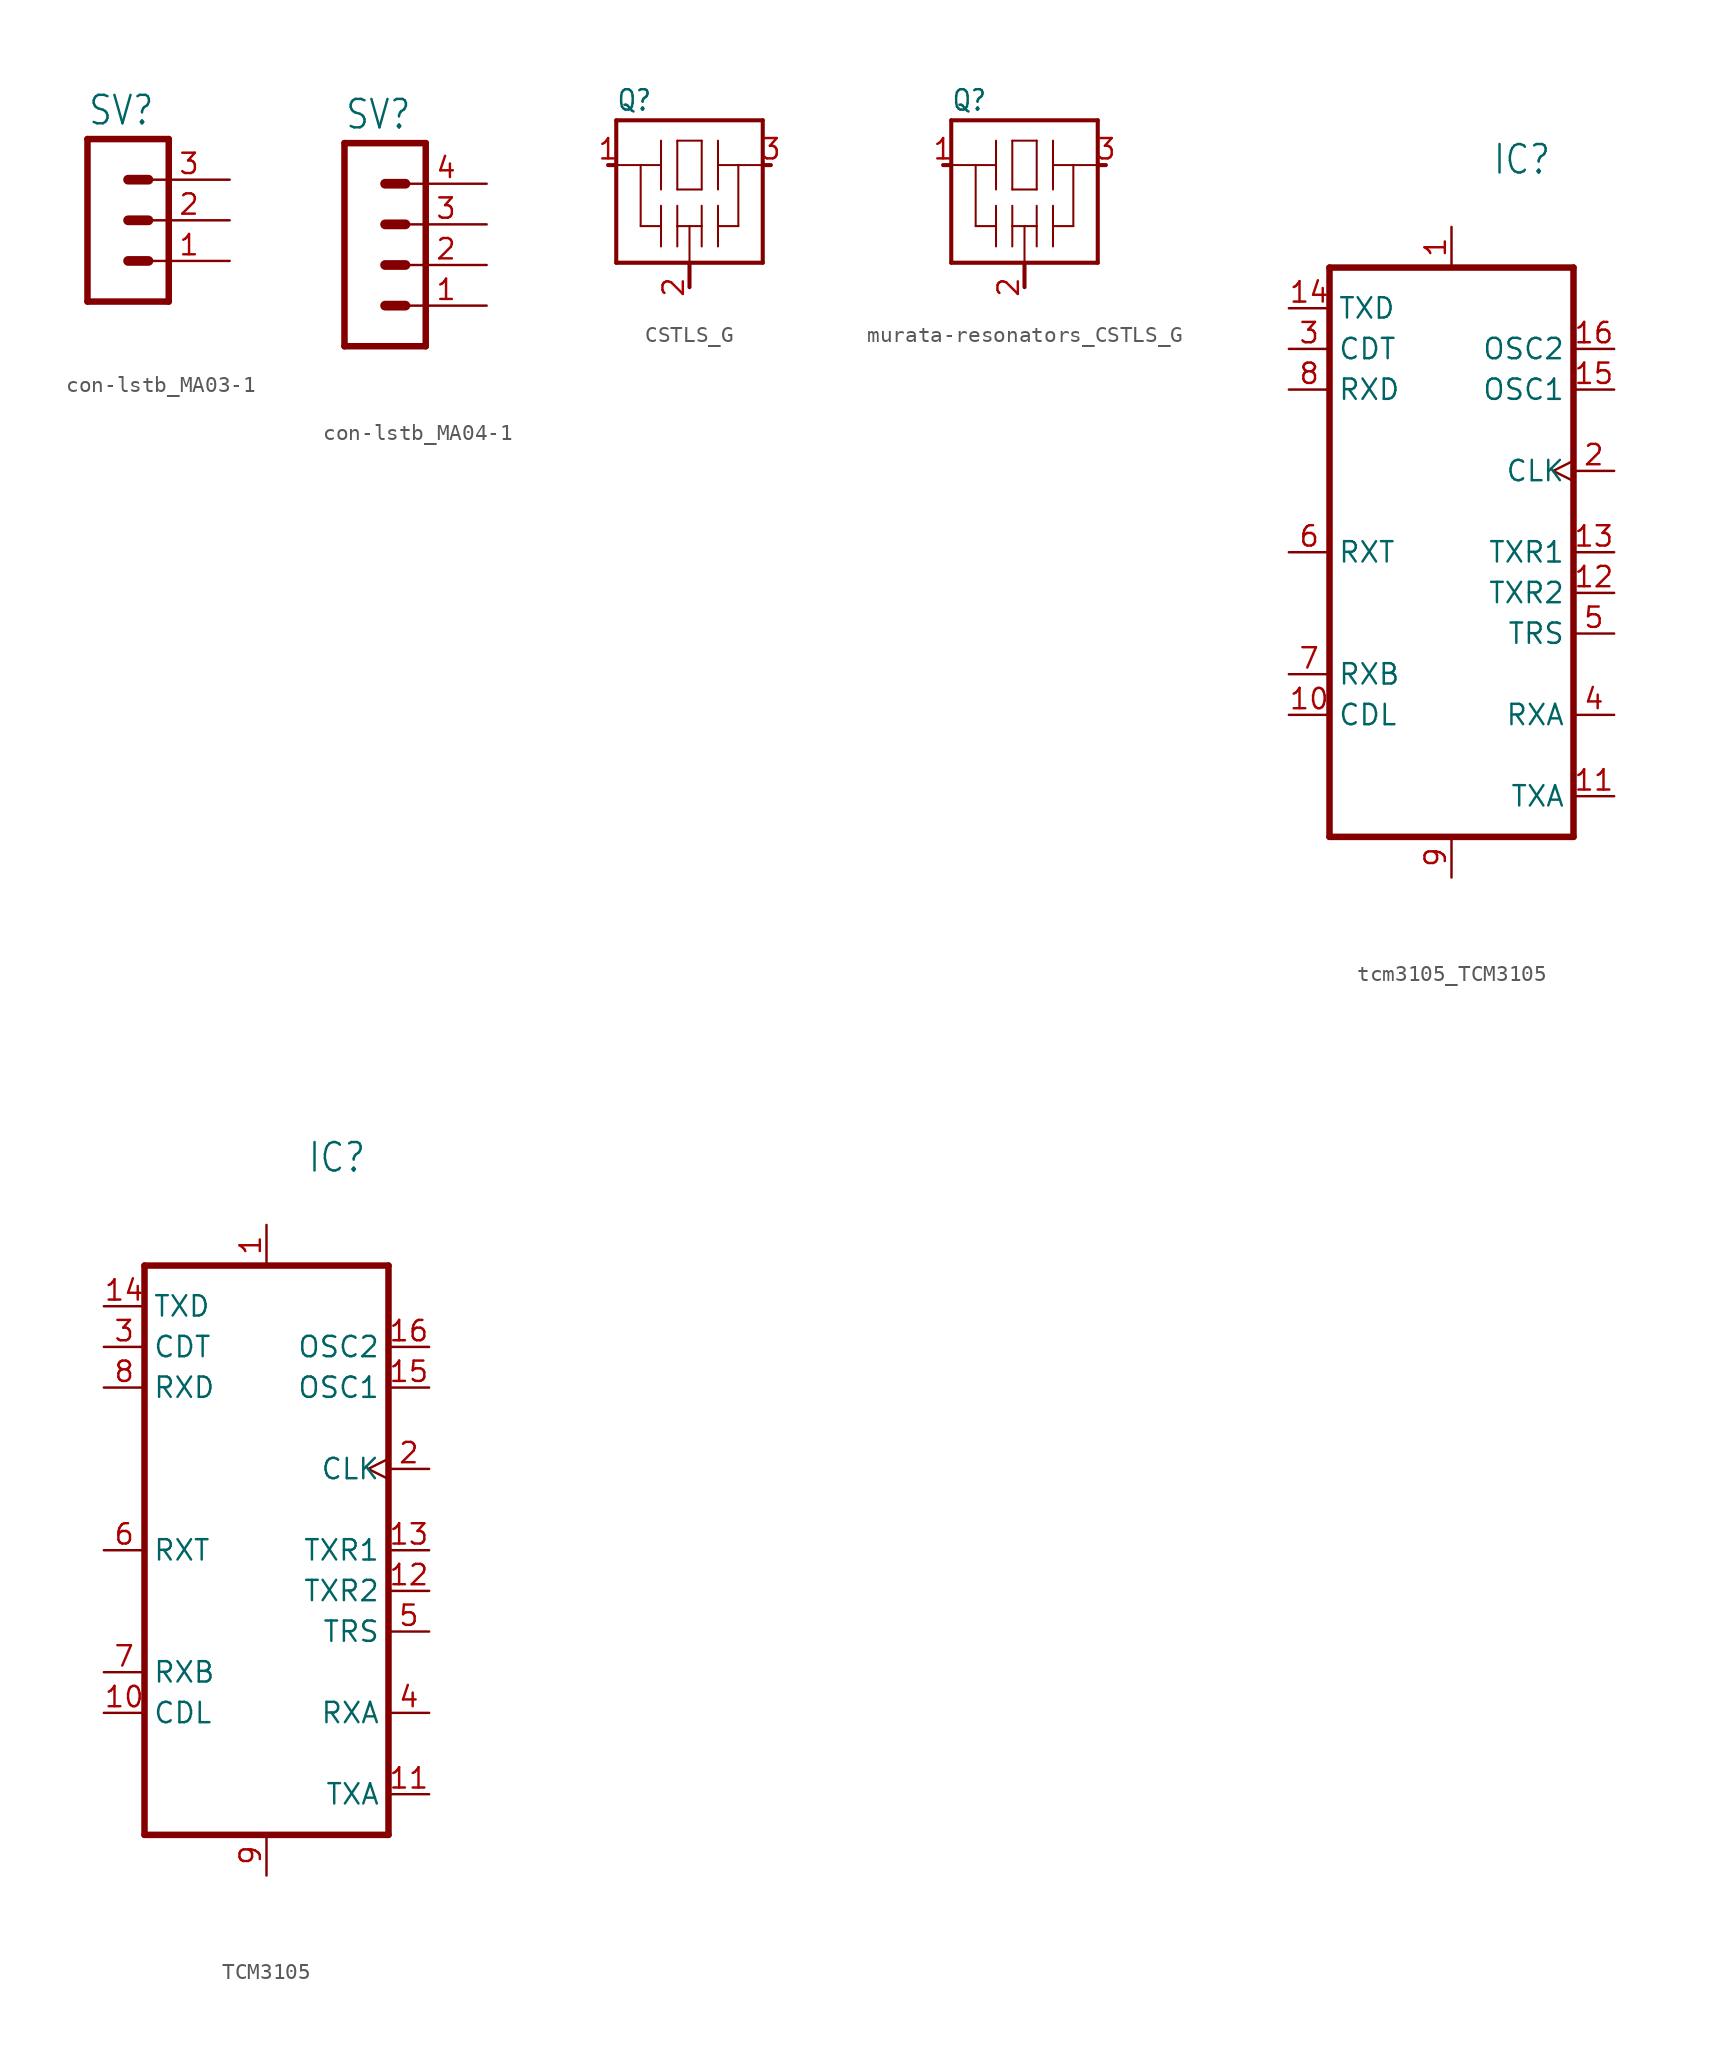
<source format=kicad_sym>
(kicad_symbol_lib
  (version 20220914)
  (generator kicad_symbol_editor)
  (symbol "con-lstb_MA03-1"
    (property "Reference" "SV"
      (at -1.27 5.842 0)
      (effects (font (size 1.778 1.511)) (justify left bottom)))
    (property "Value" ""
      (at -1.27 -7.62 0)
      (effects (font (size 1.778 1.511)) (justify left bottom)))
    (property "ki_locked" ""
      (at 0 0 0)
      (effects (font (size 1.27 1.27))))
    (symbol "con-lstb_MA03-1_1_0"
      (polyline (pts (xy -1.27 5.08) (xy -1.27 -5.08)) (stroke (width 0.406) (type solid)) (fill (type none)))
      (polyline (pts (xy -1.27 5.08) (xy 3.81 5.08)) (stroke (width 0.406) (type solid)) (fill (type none)))
      (polyline (pts (xy 1.27 -2.54) (xy 2.54 -2.54)) (stroke (width 0.61) (type solid)) (fill (type none)))
      (polyline (pts (xy 1.27 0) (xy 2.54 0)) (stroke (width 0.61) (type solid)) (fill (type none)))
      (polyline (pts (xy 1.27 2.54) (xy 2.54 2.54)) (stroke (width 0.61) (type solid)) (fill (type none)))
      (polyline (pts (xy 3.81 -5.08) (xy -1.27 -5.08)) (stroke (width 0.406) (type solid)) (fill (type none)))
      (polyline (pts (xy 3.81 -5.08) (xy 3.81 5.08)) (stroke (width 0.406) (type solid)) (fill (type none)))
      (pin passive line (at 7.62 -2.54 180) (length 5.08) (name "1" (effects (font (size 0 0)))) (number "1" (effects (font (size 1.27 1.27)))))
      (pin passive line (at 7.62 0 180) (length 5.08) (name "2" (effects (font (size 0 0)))) (number "2" (effects (font (size 1.27 1.27)))))
      (pin passive line (at 7.62 2.54 180) (length 5.08) (name "3" (effects (font (size 0 0)))) (number "3" (effects (font (size 1.27 1.27)))))))
  (symbol "con-lstb_MA04-1"
    (property "Reference" "SV"
      (at -1.27 5.842 0)
      (effects (font (size 1.778 1.511)) (justify left bottom)))
    (property "Value" ""
      (at -1.27 -10.16 0)
      (effects (font (size 1.778 1.511)) (justify left bottom)))
    (property "ki_locked" ""
      (at 0 0 0)
      (effects (font (size 1.27 1.27))))
    (symbol "con-lstb_MA04-1_1_0"
      (polyline (pts (xy -1.27 5.08) (xy -1.27 -7.62)) (stroke (width 0.406) (type solid)) (fill (type none)))
      (polyline (pts (xy -1.27 5.08) (xy 3.81 5.08)) (stroke (width 0.406) (type solid)) (fill (type none)))
      (polyline (pts (xy 1.27 -5.08) (xy 2.54 -5.08)) (stroke (width 0.61) (type solid)) (fill (type none)))
      (polyline (pts (xy 1.27 -2.54) (xy 2.54 -2.54)) (stroke (width 0.61) (type solid)) (fill (type none)))
      (polyline (pts (xy 1.27 0) (xy 2.54 0)) (stroke (width 0.61) (type solid)) (fill (type none)))
      (polyline (pts (xy 1.27 2.54) (xy 2.54 2.54)) (stroke (width 0.61) (type solid)) (fill (type none)))
      (polyline (pts (xy 3.81 -7.62) (xy -1.27 -7.62)) (stroke (width 0.406) (type solid)) (fill (type none)))
      (polyline (pts (xy 3.81 -7.62) (xy 3.81 5.08)) (stroke (width 0.406) (type solid)) (fill (type none)))
      (pin passive line (at 7.62 -5.08 180) (length 5.08) (name "1" (effects (font (size 0 0)))) (number "1" (effects (font (size 1.27 1.27)))))
      (pin passive line (at 7.62 -2.54 180) (length 5.08) (name "2" (effects (font (size 0 0)))) (number "2" (effects (font (size 1.27 1.27)))))
      (pin passive line (at 7.62 0 180) (length 5.08) (name "3" (effects (font (size 0 0)))) (number "3" (effects (font (size 1.27 1.27)))))
      (pin passive line (at 7.62 2.54 180) (length 5.08) (name "4" (effects (font (size 0 0)))) (number "4" (effects (font (size 1.27 1.27)))))))
  (symbol "CSTLS_G"
    (property "Reference" "Q"
      (at -4.572 3.302 0)
      (effects (font (size 1.27 1.079)) (justify left bottom)))
    (property "Value" ""
      (at 1.778 3.302 0)
      (effects (font (size 1.27 1.079)) (justify left bottom)))
    (property "ki_locked" ""
      (at 0 0 0)
      (effects (font (size 1.27 1.27))))
    (symbol "CSTLS_G_1_0"
      (polyline (pts (xy -4.572 -6.096) (xy -4.572 2.794)) (stroke (width 0.254) (type solid)) (fill (type none)))
      (polyline (pts (xy -4.572 0) (xy -5.08 0)) (stroke (width 0.254) (type solid)) (fill (type none)))
      (polyline (pts (xy -4.572 2.794) (xy 4.572 2.794)) (stroke (width 0.254) (type solid)) (fill (type none)))
      (polyline (pts (xy -3.048 -3.81) (xy -1.778 -3.81)) (stroke (width 0.127) (type solid)) (fill (type none)))
      (polyline (pts (xy -3.048 0) (xy -4.572 0)) (stroke (width 0.127) (type solid)) (fill (type none)))
      (polyline (pts (xy -3.048 0) (xy -3.048 -3.81)) (stroke (width 0.127) (type solid)) (fill (type none)))
      (polyline (pts (xy -1.778 -3.81) (xy -1.778 -5.08)) (stroke (width 0.127) (type solid)) (fill (type none)))
      (polyline (pts (xy -1.778 -2.54) (xy -1.778 -3.81)) (stroke (width 0.127) (type solid)) (fill (type none)))
      (polyline (pts (xy -1.778 0) (xy -3.048 0)) (stroke (width 0.127) (type solid)) (fill (type none)))
      (polyline (pts (xy -1.778 0) (xy -1.778 -1.524)) (stroke (width 0.127) (type solid)) (fill (type none)))
      (polyline (pts (xy -1.778 1.524) (xy -1.778 0)) (stroke (width 0.127) (type solid)) (fill (type none)))
      (polyline (pts (xy -0.762 -3.81) (xy -0.762 -5.08)) (stroke (width 0.127) (type solid)) (fill (type none)))
      (polyline (pts (xy -0.762 -3.81) (xy 0 -3.81)) (stroke (width 0.127) (type solid)) (fill (type none)))
      (polyline (pts (xy -0.762 -2.54) (xy -0.762 -3.81)) (stroke (width 0.127) (type solid)) (fill (type none)))
      (polyline (pts (xy -0.762 -1.524) (xy -0.762 1.524)) (stroke (width 0.127) (type solid)) (fill (type none)))
      (polyline (pts (xy -0.762 1.524) (xy 0.762 1.524)) (stroke (width 0.127) (type solid)) (fill (type none)))
      (polyline (pts (xy 0 -6.096) (xy 0 -7.62)) (stroke (width 0.254) (type solid)) (fill (type none)))
      (polyline (pts (xy 0 -3.81) (xy 0 -6.096)) (stroke (width 0.127) (type solid)) (fill (type none)))
      (polyline (pts (xy 0 -3.81) (xy 0.762 -3.81)) (stroke (width 0.127) (type solid)) (fill (type none)))
      (polyline (pts (xy 0.762 -3.81) (xy 0.762 -5.08)) (stroke (width 0.127) (type solid)) (fill (type none)))
      (polyline (pts (xy 0.762 -2.54) (xy 0.762 -3.81)) (stroke (width 0.127) (type solid)) (fill (type none)))
      (polyline (pts (xy 0.762 -1.524) (xy -0.762 -1.524)) (stroke (width 0.127) (type solid)) (fill (type none)))
      (polyline (pts (xy 0.762 1.524) (xy 0.762 -1.524)) (stroke (width 0.127) (type solid)) (fill (type none)))
      (polyline (pts (xy 1.778 -3.81) (xy 1.778 -5.08)) (stroke (width 0.127) (type solid)) (fill (type none)))
      (polyline (pts (xy 1.778 -3.81) (xy 3.048 -3.81)) (stroke (width 0.127) (type solid)) (fill (type none)))
      (polyline (pts (xy 1.778 -2.54) (xy 1.778 -3.81)) (stroke (width 0.127) (type solid)) (fill (type none)))
      (polyline (pts (xy 1.778 0) (xy 1.778 -1.524)) (stroke (width 0.127) (type solid)) (fill (type none)))
      (polyline (pts (xy 1.778 0) (xy 3.048 0)) (stroke (width 0.127) (type solid)) (fill (type none)))
      (polyline (pts (xy 1.778 1.524) (xy 1.778 0)) (stroke (width 0.127) (type solid)) (fill (type none)))
      (polyline (pts (xy 3.048 -3.81) (xy 3.048 0)) (stroke (width 0.127) (type solid)) (fill (type none)))
      (polyline (pts (xy 3.048 0) (xy 4.572 0)) (stroke (width 0.127) (type solid)) (fill (type none)))
      (polyline (pts (xy 4.572 -6.096) (xy -4.572 -6.096)) (stroke (width 0.254) (type solid)) (fill (type none)))
      (polyline (pts (xy 4.572 0) (xy 5.08 0)) (stroke (width 0.254) (type solid)) (fill (type none)))
      (polyline (pts (xy 4.572 2.794) (xy 4.572 -6.096)) (stroke (width 0.254) (type solid)) (fill (type none)))
      (pin output line (at -5.08 0 0) (length 0) (name "1" (effects (font (size 0 0)))) (number "1" (effects (font (size 1.27 1.27)))))
      (pin power_in line (at 0 -7.62 90) (length 0) (name "VSS" (effects (font (size 0 0)))) (number "2" (effects (font (size 1.27 1.27)))))
      (pin input line (at 5.08 0 180) (length 0) (name "3" (effects (font (size 0 0)))) (number "3" (effects (font (size 1.27 1.27)))))))
  (symbol "murata-resonators_CSTLS_G"
    (property "Reference" "Q"
      (at -4.572 3.302 0)
      (effects (font (size 1.27 1.079)) (justify left bottom)))
    (property "Value" ""
      (at 1.778 3.302 0)
      (effects (font (size 1.27 1.079)) (justify left bottom)))
    (property "ki_locked" ""
      (at 0 0 0)
      (effects (font (size 1.27 1.27))))
    (symbol "murata-resonators_CSTLS_G_1_0"
      (polyline (pts (xy -4.572 -6.096) (xy -4.572 2.794)) (stroke (width 0.254) (type solid)) (fill (type none)))
      (polyline (pts (xy -4.572 0) (xy -5.08 0)) (stroke (width 0.254) (type solid)) (fill (type none)))
      (polyline (pts (xy -4.572 2.794) (xy 4.572 2.794)) (stroke (width 0.254) (type solid)) (fill (type none)))
      (polyline (pts (xy -3.048 -3.81) (xy -1.778 -3.81)) (stroke (width 0.127) (type solid)) (fill (type none)))
      (polyline (pts (xy -3.048 0) (xy -4.572 0)) (stroke (width 0.127) (type solid)) (fill (type none)))
      (polyline (pts (xy -3.048 0) (xy -3.048 -3.81)) (stroke (width 0.127) (type solid)) (fill (type none)))
      (polyline (pts (xy -1.778 -3.81) (xy -1.778 -5.08)) (stroke (width 0.127) (type solid)) (fill (type none)))
      (polyline (pts (xy -1.778 -2.54) (xy -1.778 -3.81)) (stroke (width 0.127) (type solid)) (fill (type none)))
      (polyline (pts (xy -1.778 0) (xy -3.048 0)) (stroke (width 0.127) (type solid)) (fill (type none)))
      (polyline (pts (xy -1.778 0) (xy -1.778 -1.524)) (stroke (width 0.127) (type solid)) (fill (type none)))
      (polyline (pts (xy -1.778 1.524) (xy -1.778 0)) (stroke (width 0.127) (type solid)) (fill (type none)))
      (polyline (pts (xy -0.762 -3.81) (xy -0.762 -5.08)) (stroke (width 0.127) (type solid)) (fill (type none)))
      (polyline (pts (xy -0.762 -3.81) (xy 0 -3.81)) (stroke (width 0.127) (type solid)) (fill (type none)))
      (polyline (pts (xy -0.762 -2.54) (xy -0.762 -3.81)) (stroke (width 0.127) (type solid)) (fill (type none)))
      (polyline (pts (xy -0.762 -1.524) (xy -0.762 1.524)) (stroke (width 0.127) (type solid)) (fill (type none)))
      (polyline (pts (xy -0.762 1.524) (xy 0.762 1.524)) (stroke (width 0.127) (type solid)) (fill (type none)))
      (polyline (pts (xy 0 -6.096) (xy 0 -7.62)) (stroke (width 0.254) (type solid)) (fill (type none)))
      (polyline (pts (xy 0 -3.81) (xy 0 -6.096)) (stroke (width 0.127) (type solid)) (fill (type none)))
      (polyline (pts (xy 0 -3.81) (xy 0.762 -3.81)) (stroke (width 0.127) (type solid)) (fill (type none)))
      (polyline (pts (xy 0.762 -3.81) (xy 0.762 -5.08)) (stroke (width 0.127) (type solid)) (fill (type none)))
      (polyline (pts (xy 0.762 -2.54) (xy 0.762 -3.81)) (stroke (width 0.127) (type solid)) (fill (type none)))
      (polyline (pts (xy 0.762 -1.524) (xy -0.762 -1.524)) (stroke (width 0.127) (type solid)) (fill (type none)))
      (polyline (pts (xy 0.762 1.524) (xy 0.762 -1.524)) (stroke (width 0.127) (type solid)) (fill (type none)))
      (polyline (pts (xy 1.778 -3.81) (xy 1.778 -5.08)) (stroke (width 0.127) (type solid)) (fill (type none)))
      (polyline (pts (xy 1.778 -3.81) (xy 3.048 -3.81)) (stroke (width 0.127) (type solid)) (fill (type none)))
      (polyline (pts (xy 1.778 -2.54) (xy 1.778 -3.81)) (stroke (width 0.127) (type solid)) (fill (type none)))
      (polyline (pts (xy 1.778 0) (xy 1.778 -1.524)) (stroke (width 0.127) (type solid)) (fill (type none)))
      (polyline (pts (xy 1.778 0) (xy 3.048 0)) (stroke (width 0.127) (type solid)) (fill (type none)))
      (polyline (pts (xy 1.778 1.524) (xy 1.778 0)) (stroke (width 0.127) (type solid)) (fill (type none)))
      (polyline (pts (xy 3.048 -3.81) (xy 3.048 0)) (stroke (width 0.127) (type solid)) (fill (type none)))
      (polyline (pts (xy 3.048 0) (xy 4.572 0)) (stroke (width 0.127) (type solid)) (fill (type none)))
      (polyline (pts (xy 4.572 -6.096) (xy -4.572 -6.096)) (stroke (width 0.254) (type solid)) (fill (type none)))
      (polyline (pts (xy 4.572 0) (xy 5.08 0)) (stroke (width 0.254) (type solid)) (fill (type none)))
      (polyline (pts (xy 4.572 2.794) (xy 4.572 -6.096)) (stroke (width 0.254) (type solid)) (fill (type none)))
      (pin output line (at -5.08 0 0) (length 0) (name "1" (effects (font (size 0 0)))) (number "1" (effects (font (size 1.27 1.27)))))
      (pin power_in line (at 0 -7.62 90) (length 0) (name "VSS" (effects (font (size 0 0)))) (number "2" (effects (font (size 1.27 1.27)))))
      (pin input line (at 5.08 0 180) (length 0) (name "3" (effects (font (size 0 0)))) (number "3" (effects (font (size 1.27 1.27)))))))
  (symbol "tcm3105_TCM3105"
    (property "Reference" "IC"
      (at 0 15.875 0)
      (effects (font (size 1.778 1.511)) (justify left bottom)))
    (property "Value" ""
      (at 0 12.7 0)
      (effects (font (size 1.778 1.511)) (justify left bottom)))
    (property "ki_locked" ""
      (at 0 0 0)
      (effects (font (size 1.27 1.27))))
    (symbol "tcm3105_TCM3105_1_0"
      (polyline (pts (xy -10.16 -25.4) (xy -10.16 10.16)) (stroke (width 0.406) (type solid)) (fill (type none)))
      (polyline (pts (xy -10.16 -25.4) (xy 5.08 -25.4)) (stroke (width 0.406) (type solid)) (fill (type none)))
      (polyline (pts (xy 5.08 10.16) (xy -10.16 10.16)) (stroke (width 0.406) (type solid)) (fill (type none)))
      (polyline (pts (xy 5.08 10.16) (xy 5.08 -25.4)) (stroke (width 0.406) (type solid)) (fill (type none)))
      (pin power_in line (at -2.54 12.7 270) (length 2.54) (name "VDD" (effects (font (size 0 0)))) (number "1" (effects (font (size 1.27 1.27)))))
      (pin bidirectional line (at -12.7 -17.78 0) (length 2.54) (name "CDL" (effects (font (size 1.27 1.27)))) (number "10" (effects (font (size 1.27 1.27)))))
      (pin output line (at 7.62 -22.86 180) (length 2.54) (name "TXA" (effects (font (size 1.27 1.27)))) (number "11" (effects (font (size 1.27 1.27)))))
      (pin input line (at 7.62 -10.16 180) (length 2.54) (name "TXR2" (effects (font (size 1.27 1.27)))) (number "12" (effects (font (size 1.27 1.27)))))
      (pin input line (at 7.62 -7.62 180) (length 2.54) (name "TXR1" (effects (font (size 1.27 1.27)))) (number "13" (effects (font (size 1.27 1.27)))))
      (pin input line (at -12.7 7.62 0) (length 2.54) (name "TXD" (effects (font (size 1.27 1.27)))) (number "14" (effects (font (size 1.27 1.27)))))
      (pin bidirectional line (at 7.62 2.54 180) (length 2.54) (name "OSC1" (effects (font (size 1.27 1.27)))) (number "15" (effects (font (size 1.27 1.27)))))
      (pin bidirectional line (at 7.62 5.08 180) (length 2.54) (name "OSC2" (effects (font (size 1.27 1.27)))) (number "16" (effects (font (size 1.27 1.27)))))
      (pin output clock (at 7.62 -2.54 180) (length 2.54) (name "CLK" (effects (font (size 1.27 1.27)))) (number "2" (effects (font (size 1.27 1.27)))))
      (pin output line (at -12.7 5.08 0) (length 2.54) (name "CDT" (effects (font (size 1.27 1.27)))) (number "3" (effects (font (size 1.27 1.27)))))
      (pin input line (at 7.62 -17.78 180) (length 2.54) (name "RXA" (effects (font (size 1.27 1.27)))) (number "4" (effects (font (size 1.27 1.27)))))
      (pin input line (at 7.62 -12.7 180) (length 2.54) (name "TRS" (effects (font (size 1.27 1.27)))) (number "5" (effects (font (size 1.27 1.27)))))
      (pin bidirectional line (at -12.7 -7.62 0) (length 2.54) (name "RXT" (effects (font (size 1.27 1.27)))) (number "6" (effects (font (size 1.27 1.27)))))
      (pin bidirectional line (at -12.7 -15.24 0) (length 2.54) (name "RXB" (effects (font (size 1.27 1.27)))) (number "7" (effects (font (size 1.27 1.27)))))
      (pin output line (at -12.7 2.54 0) (length 2.54) (name "RXD" (effects (font (size 1.27 1.27)))) (number "8" (effects (font (size 1.27 1.27)))))
      (pin power_in line (at -2.54 -27.94 90) (length 2.54) (name "VSS" (effects (font (size 0 0)))) (number "9" (effects (font (size 1.27 1.27)))))))
  (symbol "TCM3105"
    (property "Reference" "IC"
      (at 0 15.875 0)
      (effects (font (size 1.778 1.511)) (justify left bottom)))
    (property "Value" ""
      (at 0 12.7 0)
      (effects (font (size 1.778 1.511)) (justify left bottom)))
    (property "ki_locked" ""
      (at 0 0 0)
      (effects (font (size 1.27 1.27))))
    (symbol "TCM3105_1_0"
      (polyline (pts (xy -10.16 -25.4) (xy -10.16 10.16)) (stroke (width 0.406) (type solid)) (fill (type none)))
      (polyline (pts (xy -10.16 -25.4) (xy 5.08 -25.4)) (stroke (width 0.406) (type solid)) (fill (type none)))
      (polyline (pts (xy 5.08 10.16) (xy -10.16 10.16)) (stroke (width 0.406) (type solid)) (fill (type none)))
      (polyline (pts (xy 5.08 10.16) (xy 5.08 -25.4)) (stroke (width 0.406) (type solid)) (fill (type none)))
      (pin power_in line (at -2.54 12.7 270) (length 2.54) (name "VDD" (effects (font (size 0 0)))) (number "1" (effects (font (size 1.27 1.27)))))
      (pin bidirectional line (at -12.7 -17.78 0) (length 2.54) (name "CDL" (effects (font (size 1.27 1.27)))) (number "10" (effects (font (size 1.27 1.27)))))
      (pin output line (at 7.62 -22.86 180) (length 2.54) (name "TXA" (effects (font (size 1.27 1.27)))) (number "11" (effects (font (size 1.27 1.27)))))
      (pin input line (at 7.62 -10.16 180) (length 2.54) (name "TXR2" (effects (font (size 1.27 1.27)))) (number "12" (effects (font (size 1.27 1.27)))))
      (pin input line (at 7.62 -7.62 180) (length 2.54) (name "TXR1" (effects (font (size 1.27 1.27)))) (number "13" (effects (font (size 1.27 1.27)))))
      (pin input line (at -12.7 7.62 0) (length 2.54) (name "TXD" (effects (font (size 1.27 1.27)))) (number "14" (effects (font (size 1.27 1.27)))))
      (pin bidirectional line (at 7.62 2.54 180) (length 2.54) (name "OSC1" (effects (font (size 1.27 1.27)))) (number "15" (effects (font (size 1.27 1.27)))))
      (pin bidirectional line (at 7.62 5.08 180) (length 2.54) (name "OSC2" (effects (font (size 1.27 1.27)))) (number "16" (effects (font (size 1.27 1.27)))))
      (pin output clock (at 7.62 -2.54 180) (length 2.54) (name "CLK" (effects (font (size 1.27 1.27)))) (number "2" (effects (font (size 1.27 1.27)))))
      (pin output line (at -12.7 5.08 0) (length 2.54) (name "CDT" (effects (font (size 1.27 1.27)))) (number "3" (effects (font (size 1.27 1.27)))))
      (pin input line (at 7.62 -17.78 180) (length 2.54) (name "RXA" (effects (font (size 1.27 1.27)))) (number "4" (effects (font (size 1.27 1.27)))))
      (pin input line (at 7.62 -12.7 180) (length 2.54) (name "TRS" (effects (font (size 1.27 1.27)))) (number "5" (effects (font (size 1.27 1.27)))))
      (pin bidirectional line (at -12.7 -7.62 0) (length 2.54) (name "RXT" (effects (font (size 1.27 1.27)))) (number "6" (effects (font (size 1.27 1.27)))))
      (pin bidirectional line (at -12.7 -15.24 0) (length 2.54) (name "RXB" (effects (font (size 1.27 1.27)))) (number "7" (effects (font (size 1.27 1.27)))))
      (pin output line (at -12.7 2.54 0) (length 2.54) (name "RXD" (effects (font (size 1.27 1.27)))) (number "8" (effects (font (size 1.27 1.27)))))
      (pin power_in line (at -2.54 -27.94 90) (length 2.54) (name "VSS" (effects (font (size 0 0)))) (number "9" (effects (font (size 1.27 1.27))))))))
</source>
